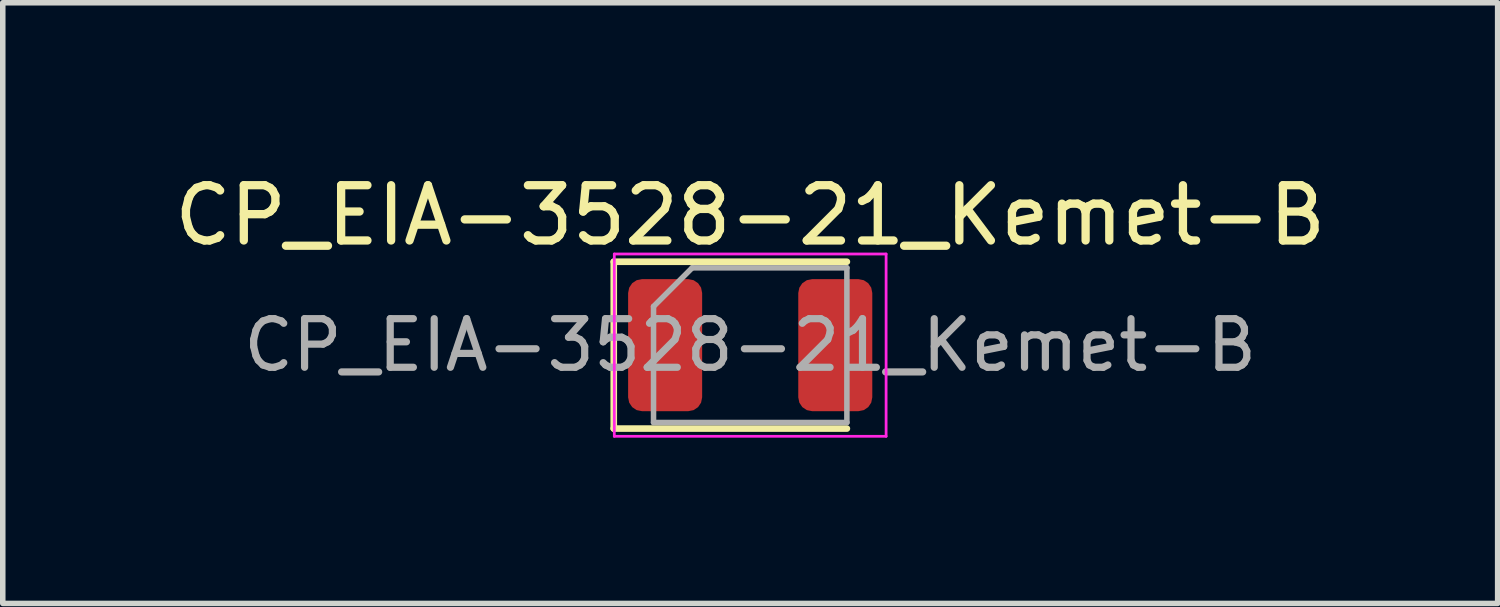
<source format=kicad_pcb>
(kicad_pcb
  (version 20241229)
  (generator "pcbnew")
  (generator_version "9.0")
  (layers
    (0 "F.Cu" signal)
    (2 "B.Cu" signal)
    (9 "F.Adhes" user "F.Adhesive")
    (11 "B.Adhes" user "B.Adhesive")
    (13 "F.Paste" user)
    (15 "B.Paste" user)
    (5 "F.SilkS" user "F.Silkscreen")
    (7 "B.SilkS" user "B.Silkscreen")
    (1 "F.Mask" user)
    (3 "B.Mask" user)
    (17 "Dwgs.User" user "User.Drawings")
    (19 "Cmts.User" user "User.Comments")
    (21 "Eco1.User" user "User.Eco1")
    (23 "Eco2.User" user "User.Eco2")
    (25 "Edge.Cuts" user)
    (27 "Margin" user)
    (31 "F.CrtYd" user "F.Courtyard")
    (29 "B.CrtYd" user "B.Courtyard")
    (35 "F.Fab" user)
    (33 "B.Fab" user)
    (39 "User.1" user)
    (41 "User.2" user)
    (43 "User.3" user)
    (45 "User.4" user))
  (footprint "CP_EIA-3528-21_Kemet-B"
    (layer "F.Cu")
    (at 10.53 3.198)
    (property "Reference" "CP_EIA-3528-21_Kemet-B" (at 0 -2.35 0) (layer "F.SilkS") (effects (font (size 1 1) (thickness 0.15))))
    (attr smd)
    (fp_line (start -2.47 -1.51) (end -2.47 1.51) (stroke (width 0.12) (type solid)) (layer "F.SilkS"))
    (fp_line (start -2.47 1.51) (end 1.75 1.51) (stroke (width 0.12) (type solid)) (layer "F.SilkS"))
    (fp_line (start 1.75 -1.51) (end -2.47 -1.51) (stroke (width 0.12) (type solid)) (layer "F.SilkS"))
    (fp_line (start -2.46 -1.65) (end 2.46 -1.65) (stroke (width 0.05) (type solid)) (layer "F.CrtYd"))
    (fp_line (start -2.46 1.65) (end -2.46 -1.65) (stroke (width 0.05) (type solid)) (layer "F.CrtYd"))
    (fp_line (start 2.46 -1.65) (end 2.46 1.65) (stroke (width 0.05) (type solid)) (layer "F.CrtYd"))
    (fp_line (start 2.46 1.65) (end -2.46 1.65) (stroke (width 0.05) (type solid)) (layer "F.CrtYd"))
    (fp_line (start -1.75 -0.7) (end -1.75 1.4) (stroke (width 0.1) (type solid)) (layer "F.Fab"))
    (fp_line (start -1.75 1.4) (end 1.75 1.4) (stroke (width 0.1) (type solid)) (layer "F.Fab"))
    (fp_line (start -1.05 -1.4) (end -1.75 -0.7) (stroke (width 0.1) (type solid)) (layer "F.Fab"))
    (fp_line (start 1.75 -1.4) (end -1.05 -1.4) (stroke (width 0.1) (type solid)) (layer "F.Fab"))
    (fp_line (start 1.75 1.4) (end 1.75 -1.4) (stroke (width 0.1) (type solid)) (layer "F.Fab"))
    (fp_text user "${REFERENCE}" (at 0 0 0) (layer "F.Fab") (effects (font (size 0.88 0.88) (thickness 0.13))))
    (pad "1" smd roundrect (at -1.54 0) (size 1.34 2.39) (layers "F.Cu" "F.Mask" "F.Paste") (roundrect_rratio 0.187))
    (pad "2" smd roundrect (at 1.54 0) (size 1.34 2.39) (layers "F.Cu" "F.Mask" "F.Paste") (roundrect_rratio 0.187)))
  (gr_rect
    (start -3 -3)
    (end 24.06 7.873)
    (stroke (width 0.1) (type default))
    (fill no)
    (layer "Edge.Cuts")))
</source>
